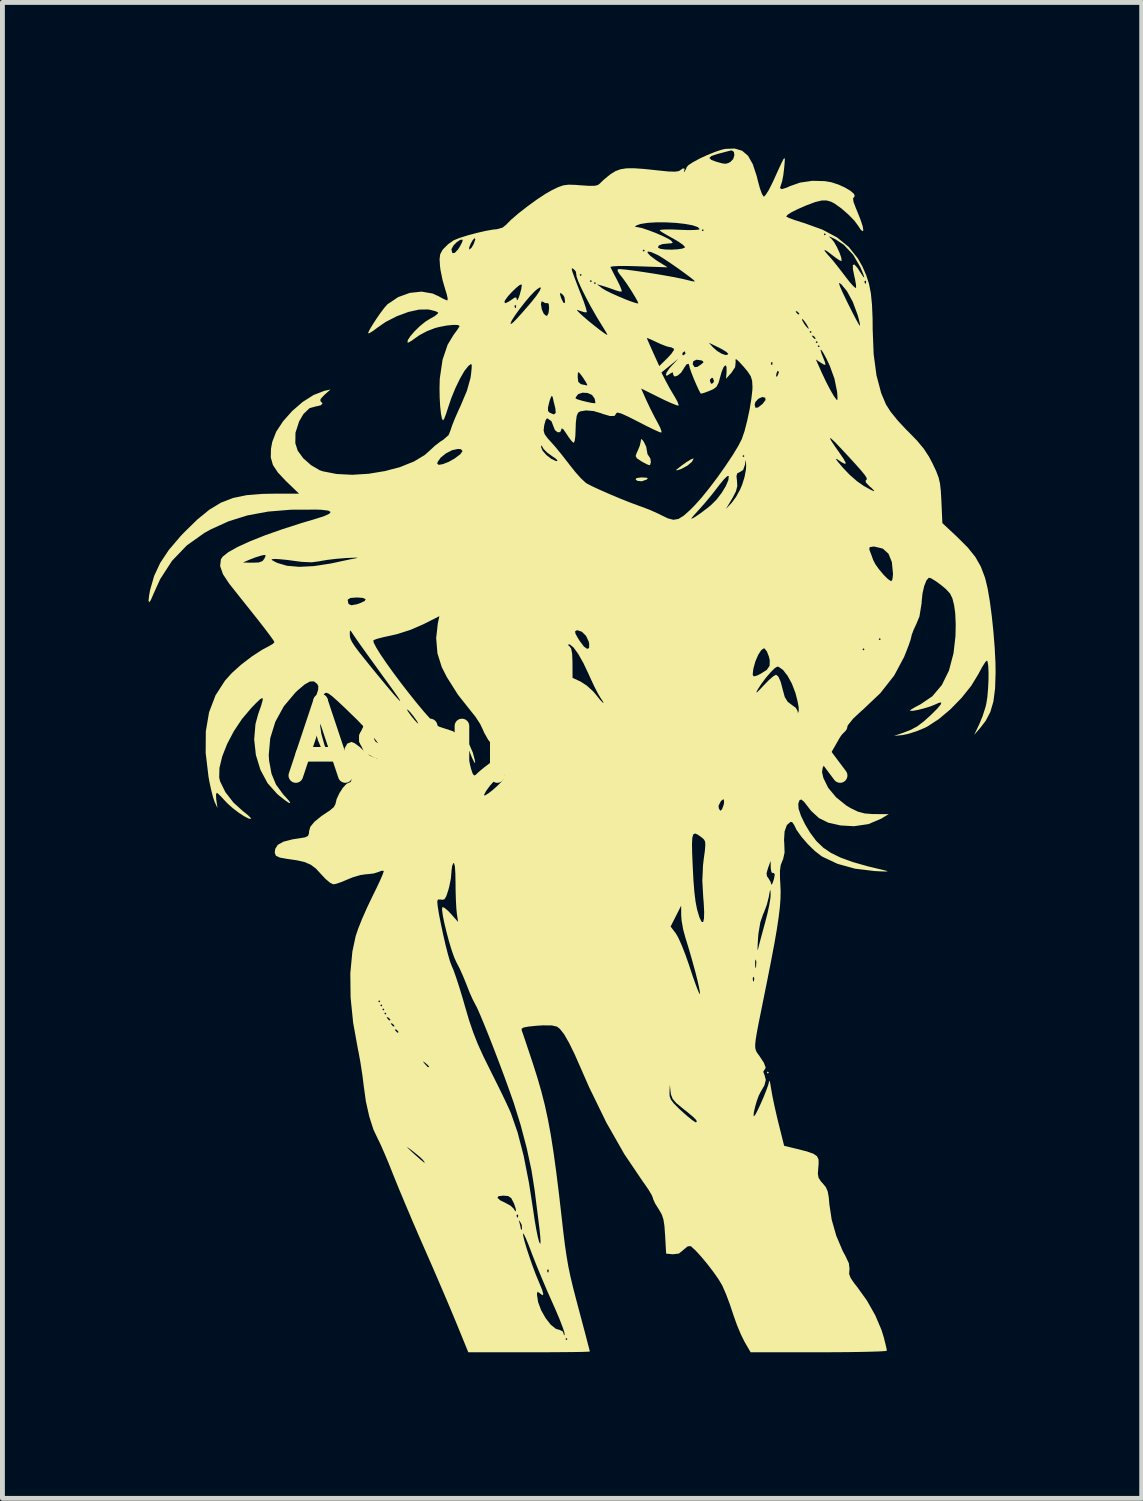
<source format=kicad_pcb>
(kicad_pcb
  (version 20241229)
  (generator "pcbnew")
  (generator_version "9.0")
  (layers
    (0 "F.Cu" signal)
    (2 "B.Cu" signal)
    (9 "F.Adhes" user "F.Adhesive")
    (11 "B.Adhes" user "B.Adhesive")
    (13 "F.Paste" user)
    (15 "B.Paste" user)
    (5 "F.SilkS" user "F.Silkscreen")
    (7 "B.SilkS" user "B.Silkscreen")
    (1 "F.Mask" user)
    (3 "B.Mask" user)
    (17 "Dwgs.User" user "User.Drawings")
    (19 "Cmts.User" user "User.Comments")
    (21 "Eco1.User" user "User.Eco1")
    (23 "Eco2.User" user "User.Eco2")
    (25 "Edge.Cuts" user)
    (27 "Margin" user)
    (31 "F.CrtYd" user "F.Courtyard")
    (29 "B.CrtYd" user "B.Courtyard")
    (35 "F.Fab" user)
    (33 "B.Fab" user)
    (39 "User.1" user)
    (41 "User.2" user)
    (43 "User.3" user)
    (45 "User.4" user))
  (footprint "AsukaDark"
    (layer "F.Cu")
    (at 8.685 12.184)
    (property "Reference" "AsukaDark" (at 0 0 0) (layer "F.SilkS") (effects (font (size 1.524 1.524) (thickness 0.3))))
    (attr board_only exclude_from_pos_files exclude_from_bom)
    (fp_poly (pts (xy 4.052 6.789) (xy 4.031 6.81) (xy 4.011 6.789) (xy 4.031 6.768)) (stroke (width 0) (type solid)) (fill yes) (layer "F.SilkS"))
    (fp_poly (pts (xy 1.546 -5.425) (xy 1.566 -5.407) (xy 1.546 -5.389) (xy 1.445 -5.352) (xy 1.354 -5.36) (xy 1.316 -5.389) (xy 1.334 -5.417) (xy 1.421 -5.43) (xy 1.449 -5.43)) (stroke (width 0) (type solid)) (fill yes) (layer "F.SilkS"))
    (fp_poly (pts (xy 2.507 -5.816) (xy 2.471 -5.75) (xy 2.381 -5.674) (xy 2.26 -5.608) (xy 2.235 -5.598) (xy 2.162 -5.576) (xy 2.147 -5.583) (xy 2.151 -5.587) (xy 2.255 -5.67) (xy 2.36 -5.745) (xy 2.449 -5.799) (xy 2.501 -5.82)) (stroke (width 0) (type solid)) (fill yes) (layer "F.SilkS"))
    (fp_poly (pts (xy 1.454 -6.203) (xy 1.484 -6.164) (xy 1.534 -6.06) (xy 1.546 -5.989) (xy 1.562 -5.904) (xy 1.587 -5.87) (xy 1.619 -5.819) (xy 1.629 -5.745) (xy 1.614 -5.69) (xy 1.598 -5.682) (xy 1.545 -5.702) (xy 1.453 -5.751) (xy 1.43 -5.765) (xy 1.343 -5.823) (xy 1.317 -5.871) (xy 1.34 -5.939) (xy 1.357 -5.972) (xy 1.402 -6.081) (xy 1.422 -6.17) (xy 1.422 -6.17) (xy 1.428 -6.22)) (stroke (width 0) (type solid)) (fill yes) (layer "F.SilkS"))
    (fp_poly (pts (xy 3.503 -12.139) (xy 3.625 -12.035) (xy 3.722 -11.863) (xy 3.803 -11.618) (xy 3.827 -11.52) (xy 3.868 -11.369) (xy 3.909 -11.255) (xy 3.943 -11.199) (xy 3.95 -11.196) (xy 3.987 -11.232) (xy 4.047 -11.326) (xy 4.117 -11.463) (xy 4.144 -11.52) (xy 4.242 -11.736) (xy 4.309 -11.882) (xy 4.351 -11.965) (xy 4.373 -11.99) (xy 4.38 -11.963) (xy 4.376 -11.891) (xy 4.367 -11.789) (xy 4.349 -11.638) (xy 4.325 -11.512) (xy 4.305 -11.45) (xy 4.28 -11.373) (xy 4.318 -11.35) (xy 4.419 -11.381) (xy 4.483 -11.411) (xy 4.694 -11.485) (xy 4.944 -11.521) (xy 5.198 -11.515) (xy 5.334 -11.492) (xy 5.479 -11.445) (xy 5.615 -11.383) (xy 5.728 -11.316) (xy 5.8 -11.253) (xy 5.816 -11.206) (xy 5.806 -11.195) (xy 5.781 -11.159) (xy 5.79 -11.089) (xy 5.836 -10.967) (xy 5.848 -10.939) (xy 5.93 -10.735) (xy 5.979 -10.588) (xy 5.992 -10.504) (xy 5.978 -10.486) (xy 5.938 -10.519) (xy 5.888 -10.595) (xy 5.807 -10.705) (xy 5.681 -10.833) (xy 5.536 -10.959) (xy 5.397 -11.057) (xy 5.33 -11.092) (xy 5.239 -11.118) (xy 5.136 -11.117) (xy 5.004 -11.085) (xy 4.827 -11.019) (xy 4.65 -10.942) (xy 4.521 -10.878) (xy 4.435 -10.823) (xy 4.409 -10.788) (xy 4.411 -10.785) (xy 4.467 -10.758) (xy 4.581 -10.716) (xy 4.733 -10.667) (xy 4.783 -10.652) (xy 5.154 -10.518) (xy 5.454 -10.358) (xy 5.692 -10.164) (xy 5.879 -9.929) (xy 5.974 -9.76) (xy 6.051 -9.584) (xy 6.108 -9.407) (xy 6.147 -9.211) (xy 6.17 -8.979) (xy 6.182 -8.694) (xy 6.184 -8.464) (xy 6.204 -7.961) (xy 6.262 -7.528) (xy 6.359 -7.161) (xy 6.457 -6.929) (xy 6.551 -6.782) (xy 6.696 -6.602) (xy 6.874 -6.411) (xy 6.914 -6.372) (xy 7.098 -6.183) (xy 7.235 -6.018) (xy 7.343 -5.852) (xy 7.416 -5.712) (xy 7.489 -5.557) (xy 7.537 -5.431) (xy 7.566 -5.307) (xy 7.583 -5.155) (xy 7.595 -4.949) (xy 7.595 -4.94) (xy 7.615 -4.493) (xy 7.924 -4.204) (xy 8.137 -3.991) (xy 8.292 -3.798) (xy 8.404 -3.601) (xy 8.488 -3.379) (xy 8.499 -3.342) (xy 8.545 -3.148) (xy 8.589 -2.89) (xy 8.629 -2.589) (xy 8.663 -2.265) (xy 8.689 -1.939) (xy 8.705 -1.631) (xy 8.708 -1.42) (xy 8.697 -1.093) (xy 8.663 -0.83) (xy 8.6 -0.616) (xy 8.504 -0.432) (xy 8.396 -0.292) (xy 8.269 -0.146) (xy 8.369 -0.355) (xy 8.44 -0.526) (xy 8.5 -0.714) (xy 8.517 -0.785) (xy 8.539 -0.922) (xy 8.553 -1.088) (xy 8.562 -1.263) (xy 8.563 -1.429) (xy 8.557 -1.564) (xy 8.543 -1.651) (xy 8.529 -1.671) (xy 8.494 -1.636) (xy 8.436 -1.545) (xy 8.365 -1.414) (xy 8.352 -1.389) (xy 8.207 -1.151) (xy 8.01 -0.905) (xy 7.781 -0.67) (xy 7.541 -0.468) (xy 7.309 -0.317) (xy 7.254 -0.289) (xy 7.087 -0.22) (xy 6.921 -0.167) (xy 6.799 -0.141) (xy 6.622 -0.124) (xy 6.789 -0.18) (xy 6.957 -0.244) (xy 7.095 -0.317) (xy 7.231 -0.419) (xy 7.383 -0.556) (xy 7.515 -0.688) (xy 7.585 -0.774) (xy 7.592 -0.812) (xy 7.535 -0.8) (xy 7.482 -0.775) (xy 7.383 -0.734) (xy 7.254 -0.693) (xy 7.122 -0.659) (xy 7.013 -0.639) (xy 6.952 -0.638) (xy 6.949 -0.641) (xy 6.974 -0.666) (xy 7.057 -0.715) (xy 7.166 -0.772) (xy 7.409 -0.937) (xy 7.604 -1.168) (xy 7.75 -1.464) (xy 7.844 -1.821) (xy 7.884 -2.173) (xy 7.889 -2.416) (xy 7.879 -2.643) (xy 7.856 -2.808) (xy 7.821 -2.948) (xy 7.772 -3.047) (xy 7.689 -3.137) (xy 7.594 -3.217) (xy 7.478 -3.302) (xy 7.386 -3.358) (xy 7.338 -3.372) (xy 7.288 -3.317) (xy 7.242 -3.201) (xy 7.207 -3.047) (xy 7.189 -2.877) (xy 7.189 -2.85) (xy 7.144 -2.575) (xy 7.081 -2.423) (xy 7.023 -2.298) (xy 6.985 -2.196) (xy 6.977 -2.157) (xy 6.961 -2.094) (xy 6.92 -1.975) (xy 6.86 -1.821) (xy 6.829 -1.744) (xy 6.626 -1.364) (xy 6.341 -1.001) (xy 5.977 -0.656) (xy 5.953 -0.636) (xy 5.783 -0.478) (xy 5.637 -0.295) (xy 5.504 -0.08) (xy 5.405 0.093) (xy 5.311 0.257) (xy 5.236 0.385) (xy 5.214 0.423) (xy 5.157 0.531) (xy 5.144 0.62) (xy 5.171 0.736) (xy 5.171 0.738) (xy 5.27 0.942) (xy 5.434 1.138) (xy 5.645 1.308) (xy 5.729 1.358) (xy 5.881 1.432) (xy 6.021 1.469) (xy 6.192 1.482) (xy 6.233 1.482) (xy 6.513 1.483) (xy 6.359 1.576) (xy 6.101 1.686) (xy 5.803 1.731) (xy 5.523 1.715) (xy 5.273 1.659) (xy 5.081 1.564) (xy 4.923 1.419) (xy 4.867 1.348) (xy 4.777 1.231) (xy 4.719 1.182) (xy 4.682 1.196) (xy 4.656 1.269) (xy 4.662 1.37) (xy 4.711 1.516) (xy 4.792 1.685) (xy 4.895 1.858) (xy 5.01 2.013) (xy 5.039 2.047) (xy 5.17 2.172) (xy 5.329 2.28) (xy 5.526 2.376) (xy 5.773 2.466) (xy 6.083 2.554) (xy 6.392 2.628) (xy 6.471 2.648) (xy 6.491 2.658) (xy 6.444 2.661) (xy 6.325 2.657) (xy 6.219 2.651) (xy 5.823 2.603) (xy 5.464 2.504) (xy 5.158 2.36) (xy 5.131 2.344) (xy 4.998 2.241) (xy 4.855 2.102) (xy 4.723 1.95) (xy 4.621 1.807) (xy 4.574 1.71) (xy 4.533 1.649) (xy 4.498 1.641) (xy 4.422 1.707) (xy 4.375 1.838) (xy 4.364 2.016) (xy 4.369 2.089) (xy 4.375 2.272) (xy 4.345 2.407) (xy 4.329 2.443) (xy 4.295 2.531) (xy 4.28 2.644) (xy 4.281 2.806) (xy 4.288 2.923) (xy 4.294 3.065) (xy 4.291 3.22) (xy 4.278 3.395) (xy 4.253 3.602) (xy 4.216 3.848) (xy 4.165 4.144) (xy 4.098 4.497) (xy 4.015 4.918) (xy 3.962 5.18) (xy 3.896 5.509) (xy 3.844 5.765) (xy 3.807 5.961) (xy 3.783 6.105) (xy 3.772 6.208) (xy 3.773 6.281) (xy 3.785 6.334) (xy 3.806 6.376) (xy 3.837 6.419) (xy 3.853 6.44) (xy 3.951 6.59) (xy 3.987 6.689) (xy 3.961 6.736) (xy 3.96 6.736) (xy 3.937 6.773) (xy 3.963 6.84) (xy 3.99 6.94) (xy 3.961 7.053) (xy 3.884 7.186) (xy 3.844 7.264) (xy 3.803 7.377) (xy 3.768 7.5) (xy 3.744 7.607) (xy 3.739 7.675) (xy 3.747 7.687) (xy 3.776 7.651) (xy 3.825 7.558) (xy 3.885 7.429) (xy 3.948 7.284) (xy 4.003 7.145) (xy 4.043 7.031) (xy 4.057 6.969) (xy 4.065 6.955) (xy 4.08 7.011) (xy 4.099 7.123) (xy 4.125 7.271) (xy 4.166 7.469) (xy 4.216 7.689) (xy 4.251 7.833) (xy 4.366 8.293) (xy 4.637 8.359) (xy 4.836 8.41) (xy 4.967 8.456) (xy 5.041 8.507) (xy 5.073 8.576) (xy 5.074 8.673) (xy 5.068 8.733) (xy 5.058 8.866) (xy 5.074 8.953) (xy 5.125 9.029) (xy 5.159 9.065) (xy 5.222 9.142) (xy 5.26 9.228) (xy 5.282 9.349) (xy 5.294 9.491) (xy 5.342 9.808) (xy 5.437 10.142) (xy 5.569 10.453) (xy 5.623 10.552) (xy 5.695 10.705) (xy 5.709 10.827) (xy 5.705 10.851) (xy 5.701 10.926) (xy 5.731 11.007) (xy 5.804 11.114) (xy 5.869 11.196) (xy 6.065 11.469) (xy 6.237 11.773) (xy 6.366 12.076) (xy 6.411 12.222) (xy 6.445 12.357) (xy 6.469 12.459) (xy 6.475 12.5) (xy 6.435 12.508) (xy 6.321 12.515) (xy 6.143 12.521) (xy 5.91 12.526) (xy 5.632 12.53) (xy 5.319 12.532) (xy 5.077 12.533) (xy 3.678 12.533) (xy 3.551 12.314) (xy 3.478 12.166) (xy 3.398 11.975) (xy 3.327 11.776) (xy 3.315 11.739) (xy 3.249 11.542) (xy 3.174 11.342) (xy 3.103 11.179) (xy 3.091 11.154) (xy 3.018 11.032) (xy 2.912 10.881) (xy 2.788 10.719) (xy 2.66 10.566) (xy 2.545 10.44) (xy 2.457 10.361) (xy 2.444 10.352) (xy 2.384 10.359) (xy 2.305 10.423) (xy 2.302 10.427) (xy 2.204 10.506) (xy 2.084 10.52) (xy 2.076 10.52) (xy 1.943 10.507) (xy 1.922 10.131) (xy 1.908 9.938) (xy 1.887 9.803) (xy 1.853 9.702) (xy 1.799 9.608) (xy 1.786 9.588) (xy 1.718 9.479) (xy 1.677 9.39) (xy 1.671 9.364) (xy 1.647 9.305) (xy 1.585 9.2) (xy 1.495 9.068) (xy 1.466 9.029) (xy 1.084 8.463) (xy 0.716 7.817) (xy 0.411 7.191) (xy 2.012 7.191) (xy 2.015 7.274) (xy 2.041 7.345) (xy 2.101 7.424) (xy 2.209 7.532) (xy 2.258 7.578) (xy 2.38 7.686) (xy 2.482 7.768) (xy 2.546 7.81) (xy 2.556 7.812) (xy 2.575 7.79) (xy 2.551 7.753) (xy 2.494 7.697) (xy 2.392 7.611) (xy 2.277 7.52) (xy 2.15 7.415) (xy 2.078 7.331) (xy 2.044 7.246) (xy 2.035 7.193) (xy 2.019 7.039) (xy 2.012 7.191) (xy 0.411 7.191) (xy 0.363 7.093) (xy 0.206 6.735) (xy 0.067 6.419) (xy -0.051 6.178) (xy -0.151 6.004) (xy -0.238 5.893) (xy -0.298 5.846) (xy -0.406 5.821) (xy -0.589 5.82) (xy -0.718 5.828) (xy -0.883 5.845) (xy -0.98 5.863) (xy -1.022 5.886) (xy -1.024 5.919) (xy -1.022 5.926) (xy -0.999 5.989) (xy -0.956 6.115) (xy -0.898 6.289) (xy -0.829 6.495) (xy -0.794 6.601) (xy -0.701 6.894) (xy -0.62 7.175) (xy -0.548 7.457) (xy -0.484 7.752) (xy -0.425 8.072) (xy -0.369 8.429) (xy -0.313 8.836) (xy -0.255 9.304) (xy -0.208 9.713) (xy -0.17 10.05) (xy -0.136 10.324) (xy -0.102 10.556) (xy -0.066 10.767) (xy -0.022 10.977) (xy 0.033 11.208) (xy 0.103 11.478) (xy 0.171 11.734) (xy 0.235 11.974) (xy 0.291 12.185) (xy 0.335 12.355) (xy 0.365 12.469) (xy 0.376 12.517) (xy 0.376 12.517) (xy 0.336 12.521) (xy 0.223 12.525) (xy 0.046 12.528) (xy -0.183 12.53) (xy -0.455 12.532) (xy -0.759 12.533) (xy -0.871 12.533) (xy -2.119 12.533) (xy -2.23 12.261) (xy -0.125 12.261) (xy -0.104 12.282) (xy -0.084 12.261) (xy -0.104 12.24) (xy -0.125 12.261) (xy -2.23 12.261) (xy -2.362 11.938) (xy -2.453 11.719) (xy -2.568 11.446) (xy -2.7 11.138) (xy -2.838 10.817) (xy -2.975 10.505) (xy -3.02 10.402) (xy -3.153 10.099) (xy -3.157 10.088) (xy -0.994 10.088) (xy -0.993 10.136) (xy -0.967 10.245) (xy -0.922 10.398) (xy -0.864 10.576) (xy -0.799 10.762) (xy -0.732 10.94) (xy -0.67 11.089) (xy -0.603 11.251) (xy -0.579 11.341) (xy -0.6 11.361) (xy -0.66 11.313) (xy -0.699 11.29) (xy -0.71 11.341) (xy -0.71 11.344) (xy -0.686 11.502) (xy -0.623 11.671) (xy -0.532 11.831) (xy -0.428 11.965) (xy -0.321 12.051) (xy -0.246 12.073) (xy -0.178 12.106) (xy -0.164 12.146) (xy -0.153 12.185) (xy -0.14 12.169) (xy -0.149 12.115) (xy -0.189 11.999) (xy -0.252 11.837) (xy -0.335 11.642) (xy -0.389 11.521) (xy -0.5 11.271) (xy -0.613 11.004) (xy -0.672 10.862) (xy -0.501 10.862) (xy -0.486 10.896) (xy -0.473 10.89) (xy -0.468 10.84) (xy -0.473 10.834) (xy -0.498 10.84) (xy -0.501 10.862) (xy -0.672 10.862) (xy -0.718 10.75) (xy -0.802 10.537) (xy -0.817 10.497) (xy -0.882 10.326) (xy -0.938 10.191) (xy -0.978 10.108) (xy -0.994 10.088) (xy -3.157 10.088) (xy -3.273 9.82) (xy -1.08 9.82) (xy -1.079 9.84) (xy -1.068 9.873) (xy -1.046 9.963) (xy -1.041 9.998) (xy -1.031 10.023) (xy -1.017 9.997) (xy -1.021 9.923) (xy -1.045 9.871) (xy -1.08 9.82) (xy -3.273 9.82) (xy -3.29 9.78) (xy -3.309 9.734) (xy -1.128 9.734) (xy -1.113 9.768) (xy -1.1 9.762) (xy -1.095 9.712) (xy -1.1 9.706) (xy -1.125 9.712) (xy -1.128 9.734) (xy -3.309 9.734) (xy -3.422 9.468) (xy -3.466 9.361) (xy -1.521 9.361) (xy -1.465 9.412) (xy -1.351 9.468) (xy -1.25 9.524) (xy -1.188 9.583) (xy -1.184 9.591) (xy -1.154 9.636) (xy -1.141 9.636) (xy -1.144 9.59) (xy -1.174 9.497) (xy -1.186 9.467) (xy -1.238 9.367) (xy -1.3 9.325) (xy -1.4 9.316) (xy -1.499 9.328) (xy -1.521 9.361) (xy -3.466 9.361) (xy -3.541 9.183) (xy -3.637 8.946) (xy -3.665 8.877) (xy -3.751 8.661) (xy -3.834 8.463) (xy -3.897 8.319) (xy -3.38 8.319) (xy -3.346 8.354) (xy -3.252 8.442) (xy -3.238 8.455) (xy -3.105 8.573) (xy -3.029 8.635) (xy -3.01 8.639) (xy -3.049 8.586) (xy -3.051 8.583) (xy -3.115 8.521) (xy -3.218 8.436) (xy -3.275 8.391) (xy -3.356 8.332) (xy -3.38 8.319) (xy -3.897 8.319) (xy -3.905 8.3) (xy -3.956 8.191) (xy -3.969 8.167) (xy -4.067 7.96) (xy -4.153 7.691) (xy -4.222 7.383) (xy -4.264 7.081) (xy -4.293 6.848) (xy -4.332 6.596) (xy -4.338 6.559) (xy -3.047 6.559) (xy -3.037 6.581) (xy -3.013 6.611) (xy -2.952 6.676) (xy -2.925 6.676) (xy -2.924 6.668) (xy -2.953 6.634) (xy -2.997 6.595) (xy -3.047 6.559) (xy -4.338 6.559) (xy -4.373 6.368) (xy -4.386 6.308) (xy -4.459 5.902) (xy -3.628 5.902) (xy -3.618 5.926) (xy -3.576 5.971) (xy -3.551 5.961) (xy -3.551 5.956) (xy -3.581 5.92) (xy -3.599 5.907) (xy -3.628 5.902) (xy -4.459 5.902) (xy -4.482 5.777) (xy -3.711 5.777) (xy -3.701 5.8) (xy -3.659 5.845) (xy -3.635 5.836) (xy -3.635 5.83) (xy -3.664 5.795) (xy -3.683 5.782) (xy -3.711 5.777) (xy -4.482 5.777) (xy -4.484 5.766) (xy -4.495 5.652) (xy -3.795 5.652) (xy -3.785 5.675) (xy -3.743 5.72) (xy -3.718 5.711) (xy -3.718 5.705) (xy -3.748 5.67) (xy -3.766 5.657) (xy -3.795 5.652) (xy -4.495 5.652) (xy -4.503 5.577) (xy -3.843 5.577) (xy -3.823 5.598) (xy -3.802 5.577) (xy -3.823 5.556) (xy -3.843 5.577) (xy -4.503 5.577) (xy -4.511 5.494) (xy -3.885 5.494) (xy -3.864 5.514) (xy -3.843 5.494) (xy -3.864 5.473) (xy -3.885 5.494) (xy -4.511 5.494) (xy -4.52 5.41) (xy -3.927 5.41) (xy -3.906 5.431) (xy -3.885 5.41) (xy -3.906 5.389) (xy -3.927 5.41) (xy -4.52 5.41) (xy -4.528 5.326) (xy -3.969 5.326) (xy -3.948 5.347) (xy -3.927 5.326) (xy -3.948 5.306) (xy -3.969 5.326) (xy -4.528 5.326) (xy -4.536 5.242) (xy -4.542 4.752) (xy -4.5 4.307) (xy -4.432 3.987) (xy -4.38 3.834) (xy -4.3 3.633) (xy -4.201 3.409) (xy -4.138 3.276) (xy -2.757 3.276) (xy -2.747 3.38) (xy -2.721 3.54) (xy -2.682 3.738) (xy -2.636 3.954) (xy -2.587 4.167) (xy -2.538 4.358) (xy -2.495 4.507) (xy -2.462 4.594) (xy -2.462 4.595) (xy -2.423 4.685) (xy -2.369 4.838) (xy -2.304 5.037) (xy -2.235 5.264) (xy -2.193 5.41) (xy -2.106 5.707) (xy -2.02 5.96) (xy -1.926 6.2) (xy -1.811 6.454) (xy -1.666 6.747) (xy -1.55 6.98) (xy -1.44 7.202) (xy -1.346 7.398) (xy -1.276 7.55) (xy -1.244 7.624) (xy -1.106 8.022) (xy -0.982 8.501) (xy -0.873 9.057) (xy -0.794 9.567) (xy -0.759 9.804) (xy -0.724 10.009) (xy -0.691 10.169) (xy -0.663 10.272) (xy -0.642 10.306) (xy -0.64 10.305) (xy -0.636 10.257) (xy -0.642 10.146) (xy -0.658 9.992) (xy -0.668 9.915) (xy -0.696 9.691) (xy -0.727 9.446) (xy -0.754 9.23) (xy -0.756 9.212) (xy -0.821 8.799) (xy -0.919 8.342) (xy -1.044 7.868) (xy -1.188 7.405) (xy -1.194 7.389) (xy -1.28 7.145) (xy -1.377 6.877) (xy -1.482 6.596) (xy -1.589 6.316) (xy -1.693 6.05) (xy -1.789 5.811) (xy -1.872 5.612) (xy -1.937 5.464) (xy -1.979 5.383) (xy -1.98 5.381) (xy -2.026 5.294) (xy -2.087 5.158) (xy -2.15 5) (xy -2.152 4.992) (xy -2.223 4.818) (xy -2.299 4.648) (xy -2.362 4.527) (xy -2.408 4.427) (xy -2.46 4.279) (xy -2.514 4.101) (xy -2.565 3.911) (xy -2.594 3.791) (xy 2.035 3.791) (xy 2.142 3.932) (xy 2.195 4.024) (xy 2.263 4.177) (xy 2.339 4.37) (xy 2.414 4.584) (xy 2.428 4.627) (xy 2.494 4.827) (xy 2.554 4.994) (xy 2.601 5.116) (xy 2.63 5.176) (xy 2.635 5.18) (xy 2.637 5.143) (xy 2.619 5.041) (xy 2.585 4.891) (xy 2.578 4.863) (xy 3.721 4.863) (xy 3.729 4.918) (xy 3.743 4.918) (xy 3.753 4.862) (xy 3.747 4.838) (xy 3.728 4.822) (xy 3.721 4.863) (xy 2.578 4.863) (xy 2.545 4.731) (xy 2.496 4.554) (xy 3.77 4.554) (xy 3.774 4.63) (xy 3.785 4.639) (xy 3.789 4.627) (xy 3.795 4.521) (xy 3.789 4.481) (xy 3.777 4.468) (xy 3.77 4.525) (xy 3.77 4.554) (xy 2.496 4.554) (xy 2.486 4.516) (xy 2.424 4.3) (xy 2.411 4.256) (xy 3.82 4.256) (xy 3.825 4.275) (xy 3.829 4.261) (xy 3.849 4.178) (xy 3.886 4.037) (xy 3.934 3.86) (xy 3.972 3.721) (xy 4.023 3.525) (xy 4.062 3.343) (xy 4.085 3.2) (xy 4.089 3.136) (xy 4.085 3.052) (xy 4.079 3.039) (xy 4.065 3.101) (xy 4.052 3.178) (xy 4.011 3.341) (xy 3.951 3.502) (xy 3.936 3.533) (xy 3.877 3.704) (xy 3.838 3.938) (xy 3.83 4.031) (xy 3.822 4.171) (xy 3.82 4.256) (xy 2.411 4.256) (xy 2.368 4.114) (xy 2.341 4.028) (xy 2.293 3.853) (xy 2.261 3.672) (xy 2.253 3.569) (xy 2.251 3.363) (xy 2.143 3.577) (xy 2.035 3.791) (xy -2.594 3.791) (xy -2.61 3.726) (xy -2.642 3.567) (xy -2.658 3.449) (xy -2.653 3.392) (xy -2.653 3.392) (xy -2.612 3.404) (xy -2.537 3.466) (xy -2.476 3.53) (xy -2.328 3.697) (xy -2.354 3.53) (xy -2.365 3.417) (xy -2.374 3.248) (xy -2.38 3.047) (xy -2.381 2.911) (xy -2.385 2.696) (xy -2.395 2.554) (xy -2.413 2.488) (xy -2.423 2.486) (xy -2.45 2.541) (xy -2.464 2.644) (xy -2.465 2.669) (xy -2.477 2.803) (xy -2.509 2.966) (xy -2.53 3.044) (xy -2.572 3.17) (xy -2.609 3.231) (xy -2.654 3.242) (xy -2.676 3.237) (xy -2.742 3.236) (xy -2.757 3.276) (xy -4.138 3.276) (xy -4.096 3.189) (xy -4.092 3.18) (xy -4 2.993) (xy -3.925 2.833) (xy -3.875 2.715) (xy -3.855 2.652) (xy -3.856 2.647) (xy -3.905 2.647) (xy -3.962 2.67) (xy -4.061 2.701) (xy -4.189 2.716) (xy -4.206 2.716) (xy -4.335 2.734) (xy -4.494 2.781) (xy -4.589 2.82) (xy -4.724 2.877) (xy -4.837 2.915) (xy -4.889 2.924) (xy -4.955 2.894) (xy -5.049 2.815) (xy -5.143 2.715) (xy -5.248 2.601) (xy -5.351 2.523) (xy -5.474 2.469) (xy -5.638 2.431) (xy -5.838 2.402) (xy -5.989 2.375) (xy -6.069 2.337) (xy -6.094 2.275) (xy -6.083 2.195) (xy -6.031 2.113) (xy -5.987 2.089) (xy 2.474 2.089) (xy 2.477 2.28) (xy 2.487 2.517) (xy 2.503 2.835) (xy 2.523 3.084) (xy 2.547 3.28) (xy 2.578 3.439) (xy 2.618 3.575) (xy 2.634 3.619) (xy 2.674 3.697) (xy 2.703 3.698) (xy 2.72 3.628) (xy 2.724 3.492) (xy 2.714 3.295) (xy 2.705 3.196) (xy 2.686 2.852) (xy 2.693 2.696) (xy 4.005 2.696) (xy 4.014 2.76) (xy 4.038 2.791) (xy 4.089 2.875) (xy 4.098 2.917) (xy 4.11 2.932) (xy 4.132 2.891) (xy 4.156 2.818) (xy 4.172 2.736) (xy 4.173 2.723) (xy 4.154 2.689) (xy 4.136 2.695) (xy 4.106 2.677) (xy 4.091 2.595) (xy 4.091 2.582) (xy 4.088 2.444) (xy 4.035 2.59) (xy 4.005 2.696) (xy 2.693 2.696) (xy 2.7 2.536) (xy 2.715 2.406) (xy 2.739 2.229) (xy 2.748 2.115) (xy 2.743 2.046) (xy 2.719 2.002) (xy 2.676 1.964) (xy 2.668 1.957) (xy 2.591 1.903) (xy 2.537 1.88) (xy 2.501 1.897) (xy 2.481 1.964) (xy 2.474 2.089) (xy -5.987 2.089) (xy -5.916 2.049) (xy -5.731 2.001) (xy -5.595 1.98) (xy -5.472 1.96) (xy -5.411 1.931) (xy -5.391 1.88) (xy -5.389 1.836) (xy -5.363 1.743) (xy -5.279 1.64) (xy -5.131 1.52) (xy -4.961 1.407) (xy -4.881 1.339) (xy -4.866 1.311) (xy 3.019 1.311) (xy 3.025 1.364) (xy 3.054 1.414) (xy 3.087 1.387) (xy 3.093 1.377) (xy 3.127 1.283) (xy 3.133 1.234) (xy 3.127 1.178) (xy 3.096 1.19) (xy 3.065 1.22) (xy 3.019 1.311) (xy -4.866 1.311) (xy -4.846 1.274) (xy -4.846 1.272) (xy -4.823 1.174) (xy -4.787 1.097) (xy -1.796 1.097) (xy -1.77 1.096) (xy -1.702 1.053) (xy -1.613 0.983) (xy -1.521 0.901) (xy -1.445 0.825) (xy -1.404 0.769) (xy -1.403 0.767) (xy -1.38 0.678) (xy -1.405 0.656) (xy -1.481 0.701) (xy -1.49 0.708) (xy -1.581 0.793) (xy -1.675 0.9) (xy -1.752 1.005) (xy -1.794 1.083) (xy -1.796 1.097) (xy -4.787 1.097) (xy -4.767 1.054) (xy -4.694 0.941) (xy -4.622 0.863) (xy -4.592 0.847) (xy -4.533 0.822) (xy -4.517 0.776) (xy -4.544 0.691) (xy -4.595 0.585) (xy -4.655 0.422) (xy -4.675 0.264) (xy -4.657 0.129) (xy -4.604 0.035) (xy -4.519 0) (xy -4.45 0.028) (xy -4.352 0.101) (xy -4.282 0.167) (xy -4.138 0.284) (xy -4.006 0.335) (xy -3.895 0.317) (xy -3.849 0.279) (xy -3.85 0.216) (xy -3.911 0.105) (xy -4.027 -0.048) (xy -4.195 -0.239) (xy -4.41 -0.462) (xy -4.622 -0.668) (xy -3.373 -0.668) (xy -3.367 -0.639) (xy -3.304 -0.549) (xy -3.223 -0.449) (xy -3.163 -0.384) (xy -3.148 -0.38) (xy -3.173 -0.428) (xy -3.238 -0.519) (xy -3.24 -0.522) (xy -3.312 -0.611) (xy -3.363 -0.663) (xy -3.373 -0.668) (xy -4.622 -0.668) (xy -4.638 -0.684) (xy -4.799 -0.835) (xy -4.911 -0.935) (xy -4.986 -0.991) (xy -5.034 -1.01) (xy -5.065 -0.999) (xy -5.081 -0.981) (xy -5.145 -0.837) (xy -5.175 -0.638) (xy -5.172 -0.407) (xy -5.137 -0.165) (xy -5.072 0.066) (xy -5.036 0.154) (xy -4.981 0.279) (xy -4.961 0.339) (xy -4.974 0.345) (xy -5.008 0.318) (xy -5.119 0.171) (xy -5.207 -0.033) (xy -5.268 -0.271) (xy -5.296 -0.52) (xy -5.288 -0.755) (xy -5.245 -0.941) (xy -5.203 -1.068) (xy -5.199 -1.146) (xy -5.223 -1.192) (xy -5.29 -1.243) (xy -5.372 -1.24) (xy -5.479 -1.18) (xy -5.623 -1.058) (xy -5.67 -1.013) (xy -5.907 -0.732) (xy -6.081 -0.415) (xy -6.186 -0.077) (xy -6.217 0.268) (xy -6.21 0.381) (xy -6.16 0.653) (xy -6.068 0.876) (xy -5.919 1.079) (xy -5.878 1.123) (xy -5.796 1.215) (xy -5.774 1.257) (xy -5.806 1.25) (xy -5.886 1.196) (xy -6.009 1.098) (xy -6.045 1.067) (xy -6.241 0.847) (xy -6.387 0.574) (xy -6.481 0.268) (xy -6.516 -0.052) (xy -6.489 -0.369) (xy -6.436 -0.564) (xy -6.371 -0.75) (xy -6.34 -0.862) (xy -6.346 -0.903) (xy -6.393 -0.878) (xy -6.486 -0.789) (xy -6.572 -0.7) (xy -6.767 -0.47) (xy -6.936 -0.216) (xy -7.073 0.046) (xy -7.173 0.301) (xy -7.229 0.535) (xy -7.234 0.732) (xy -7.216 0.81) (xy -7.108 1.03) (xy -6.942 1.245) (xy -6.752 1.417) (xy -6.652 1.497) (xy -6.589 1.557) (xy -6.578 1.579) (xy -6.627 1.575) (xy -6.72 1.527) (xy -6.836 1.451) (xy -6.958 1.358) (xy -7.066 1.261) (xy -7.113 1.212) (xy -7.199 1.118) (xy -7.264 1.057) (xy -7.285 1.044) (xy -7.299 1.081) (xy -7.296 1.171) (xy -7.292 1.201) (xy -7.269 1.358) (xy -7.328 1.232) (xy -7.361 1.134) (xy -7.4 0.981) (xy -7.439 0.799) (xy -7.453 0.72) (xy -7.512 0.225) (xy -7.509 -0.217) (xy -7.442 -0.609) (xy -7.31 -0.956) (xy -7.114 -1.26) (xy -6.973 -1.416) (xy -6.781 -1.588) (xy -6.566 -1.753) (xy -6.354 -1.891) (xy -6.21 -1.968) (xy -6.131 -2.014) (xy -6.099 -2.049) (xy -6.124 -2.091) (xy -6.192 -2.186) (xy -6.212 -2.213) (xy -4.552 -2.213) (xy -4.55 -2.163) (xy -4.537 -2.112) (xy -4.506 -2.049) (xy -4.452 -1.966) (xy -4.368 -1.853) (xy -4.246 -1.699) (xy -4.082 -1.496) (xy -3.977 -1.368) (xy -3.798 -1.151) (xy -3.661 -0.989) (xy -3.567 -0.884) (xy -3.52 -0.838) (xy -3.52 -0.852) (xy -3.57 -0.93) (xy -3.599 -0.971) (xy -3.657 -1.053) (xy -3.753 -1.186) (xy -3.876 -1.355) (xy -4.013 -1.545) (xy -4.076 -1.632) (xy -4.212 -1.82) (xy -4.332 -1.988) (xy -4.402 -2.087) (xy -4.068 -2.087) (xy -4.062 -2.039) (xy -4.01 -1.938) (xy -3.92 -1.793) (xy -3.8 -1.617) (xy -3.658 -1.419) (xy -3.502 -1.21) (xy -3.34 -1.001) (xy -3.181 -0.802) (xy -3.032 -0.623) (xy -2.901 -0.475) (xy -2.796 -0.369) (xy -2.726 -0.316) (xy -2.715 -0.312) (xy -2.439 -0.221) (xy -2.234 -0.098) (xy -2.095 0.062) (xy -2.027 0.218) (xy -1.988 0.364) (xy -1.977 0.432) (xy -1.994 0.423) (xy -2.037 0.339) (xy -2.093 0.202) (xy -2.152 0.068) (xy -2.208 -0.032) (xy -2.246 -0.073) (xy -2.292 -0.068) (xy -2.288 -0.018) (xy -2.237 0.055) (xy -2.231 0.061) (xy -2.186 0.136) (xy -2.138 0.263) (xy -2.105 0.382) (xy -2.063 0.552) (xy -2.03 0.65) (xy -2 0.689) (xy -1.967 0.677) (xy -1.949 0.658) (xy -1.891 0.604) (xy -1.789 0.52) (xy -1.681 0.438) (xy -1.569 0.351) (xy -1.49 0.283) (xy -1.462 0.25) (xy -1.49 0.209) (xy -1.559 0.132) (xy -1.607 0.085) (xy -1.712 -0.045) (xy -1.797 -0.197) (xy -1.814 -0.239) (xy -1.877 -0.371) (xy -1.976 -0.522) (xy -2.062 -0.629) (xy -2.331 -0.968) (xy -2.563 -1.336) (xy -2.664 -1.536) (xy -2.753 -1.819) (xy -2.767 -1.989) (xy -0.072 -1.989) (xy -0.042 -1.965) (xy -0.007 -1.915) (xy 0.013 -1.812) (xy 0.02 -1.641) (xy 0.02 -1.621) (xy 0.021 -1.316) (xy 0.188 -1.238) (xy 0.313 -1.157) (xy 0.442 -1.04) (xy 0.496 -0.977) (xy 0.582 -0.87) (xy 0.639 -0.809) (xy 0.66 -0.797) (xy 0.638 -0.841) (xy 0.593 -0.909) (xy 0.54 -0.999) (xy 0.529 -1.02) (xy 3.795 -1.02) (xy 3.805 -1.015) (xy 3.86 -1.068) (xy 3.945 -1.159) (xy 4.051 -1.268) (xy 4.142 -1.347) (xy 4.199 -1.379) (xy 4.201 -1.379) (xy 4.246 -1.342) (xy 4.29 -1.247) (xy 4.304 -1.201) (xy 4.34 -1.063) (xy 4.373 -0.942) (xy 4.38 -0.919) (xy 4.438 -0.825) (xy 4.523 -0.76) (xy 4.606 -0.7) (xy 4.642 -0.635) (xy 4.649 -0.589) (xy 4.662 -0.623) (xy 4.666 -0.639) (xy 4.664 -0.714) (xy 4.64 -0.842) (xy 4.6 -0.997) (xy 4.596 -1.011) (xy 4.525 -1.196) (xy 4.437 -1.357) (xy 4.343 -1.478) (xy 4.254 -1.541) (xy 4.226 -1.546) (xy 4.173 -1.514) (xy 4.091 -1.432) (xy 3.993 -1.319) (xy 3.898 -1.192) (xy 3.826 -1.08) (xy 3.795 -1.02) (xy 0.529 -1.02) (xy 0.467 -1.141) (xy 0.388 -1.31) (xy 0.357 -1.379) (xy 0.357 -1.38) (xy 3.72 -1.38) (xy 3.743 -1.344) (xy 3.813 -1.364) (xy 3.88 -1.397) (xy 4.009 -1.478) (xy 4.068 -1.563) (xy 4.07 -1.678) (xy 4.053 -1.751) (xy 4.013 -1.856) (xy 3.978 -1.901) (xy 5.974 -1.901) (xy 5.995 -1.88) (xy 6.016 -1.901) (xy 5.995 -1.922) (xy 5.974 -1.901) (xy 3.978 -1.901) (xy 3.966 -1.916) (xy 3.951 -1.922) (xy 3.896 -1.885) (xy 3.834 -1.789) (xy 3.777 -1.657) (xy 3.736 -1.511) (xy 3.731 -1.481) (xy 3.72 -1.38) (xy 0.357 -1.38) (xy 0.245 -1.617) (xy 0.138 -1.806) (xy 0.044 -1.936) (xy -0.033 -2) (xy -0.054 -2.005) (xy -0.072 -1.989) (xy -2.767 -1.989) (xy -2.779 -2.134) (xy -2.763 -2.272) (xy 0.074 -2.272) (xy 0.081 -2.224) (xy 0.131 -2.132) (xy 0.168 -2.073) (xy 0.255 -1.958) (xy 0.322 -1.91) (xy 0.361 -1.928) (xy 0.363 -2.012) (xy 0.354 -2.059) (xy 0.33 -2.11) (xy 6.308 -2.11) (xy 6.329 -2.089) (xy 6.35 -2.11) (xy 6.329 -2.131) (xy 6.308 -2.11) (xy 0.33 -2.11) (xy 0.299 -2.177) (xy 0.213 -2.262) (xy 0.121 -2.293) (xy 0.106 -2.291) (xy 0.074 -2.272) (xy -2.763 -2.272) (xy -2.746 -2.43) (xy -2.713 -2.582) (xy -3.038 -2.418) (xy -3.301 -2.303) (xy -3.579 -2.214) (xy -3.697 -2.187) (xy -3.857 -2.152) (xy -3.986 -2.119) (xy -4.06 -2.092) (xy -4.068 -2.087) (xy -4.402 -2.087) (xy -4.428 -2.125) (xy -4.489 -2.215) (xy -4.504 -2.238) (xy -4.539 -2.289) (xy -4.551 -2.267) (xy -4.552 -2.213) (xy -6.212 -2.213) (xy -6.294 -2.321) (xy -6.421 -2.485) (xy -6.486 -2.567) (xy -6.638 -2.758) (xy -6.759 -2.91) (xy -4.595 -2.91) (xy -4.579 -2.833) (xy -4.521 -2.806) (xy -4.409 -2.826) (xy -4.351 -2.845) (xy -4.248 -2.892) (xy -4.227 -2.931) (xy -4.285 -2.957) (xy -4.407 -2.966) (xy -4.538 -2.956) (xy -4.593 -2.923) (xy -4.595 -2.91) (xy -6.759 -2.91) (xy -6.786 -2.944) (xy -6.915 -3.106) (xy -7.01 -3.226) (xy -7.029 -3.25) (xy -7.157 -3.444) (xy -7.215 -3.611) (xy -7.207 -3.683) (xy -6.747 -3.683) (xy -6.55 -3.68) (xy -6.42 -3.685) (xy -6.346 -3.713) (xy -6.328 -3.736) (xy -6.156 -3.736) (xy -6.091 -3.7) (xy -6.037 -3.674) (xy -5.843 -3.617) (xy -5.589 -3.595) (xy -5.29 -3.61) (xy -4.963 -3.66) (xy -4.898 -3.673) (xy -4.717 -3.712) (xy -4.553 -3.747) (xy -4.433 -3.77) (xy -4.407 -3.775) (xy -4.389 -3.782) (xy -4.442 -3.783) (xy -4.557 -3.779) (xy -4.637 -3.775) (xy -4.828 -3.76) (xy -5.011 -3.738) (xy -5.151 -3.715) (xy -5.17 -3.71) (xy -5.334 -3.688) (xy -5.538 -3.697) (xy -5.663 -3.713) (xy -5.832 -3.736) (xy -5.984 -3.751) (xy -6.086 -3.757) (xy -6.091 -3.756) (xy -6.154 -3.752) (xy -6.156 -3.736) (xy -6.328 -3.736) (xy -6.305 -3.766) (xy -6.279 -3.827) (xy -6.305 -3.84) (xy -6.372 -3.826) (xy -6.496 -3.787) (xy -6.617 -3.74) (xy -6.747 -3.683) (xy -7.207 -3.683) (xy -7.2 -3.747) (xy -7.163 -3.803) (xy -7.047 -3.896) (xy -6.941 -3.955) (xy 6.114 -3.955) (xy 6.12 -3.937) (xy 6.155 -3.845) (xy 6.193 -3.739) (xy 6.239 -3.649) (xy 6.318 -3.539) (xy 6.41 -3.43) (xy 6.497 -3.344) (xy 6.56 -3.302) (xy 6.567 -3.3) (xy 6.589 -3.337) (xy 6.6 -3.428) (xy 6.601 -3.452) (xy 6.578 -3.692) (xy 6.509 -3.864) (xy 6.392 -3.969) (xy 6.225 -4.01) (xy 6.197 -4.011) (xy 6.122 -3.999) (xy 6.114 -3.955) (xy -6.941 -3.955) (xy -6.858 -4.002) (xy -6.603 -4.119) (xy -6.291 -4.243) (xy -5.93 -4.37) (xy -5.528 -4.499) (xy -5.287 -4.57) (xy -5.09 -4.632) (xy -4.976 -4.683) (xy -4.945 -4.722) (xy -4.996 -4.75) (xy -5.13 -4.766) (xy -5.229 -4.77) (xy -5.762 -4.768) (xy -6.233 -4.729) (xy -6.654 -4.651) (xy -7.039 -4.531) (xy -7.403 -4.366) (xy -7.539 -4.291) (xy -7.9 -4.034) (xy -8.203 -3.718) (xy -8.446 -3.343) (xy -8.584 -3.038) (xy -8.638 -2.913) (xy -8.672 -2.867) (xy -8.685 -2.898) (xy -8.674 -3.004) (xy -8.652 -3.123) (xy -8.57 -3.408) (xy -8.445 -3.676) (xy -8.268 -3.942) (xy -8.028 -4.224) (xy -7.953 -4.303) (xy -7.683 -4.567) (xy -7.438 -4.767) (xy -7.199 -4.912) (xy -6.949 -5.009) (xy -6.668 -5.067) (xy -6.339 -5.093) (xy -6.109 -5.097) (xy -5.594 -5.097) (xy -5.865 -5.358) (xy -6.03 -5.533) (xy -6.131 -5.686) (xy -6.175 -5.841) (xy -6.171 -6.019) (xy -6.145 -6.16) (xy -6.064 -6.369) (xy -5.921 -6.586) (xy -5.734 -6.796) (xy -5.52 -6.981) (xy -5.297 -7.123) (xy -5.082 -7.206) (xy -5.076 -7.208) (xy -4.95 -7.236) (xy -5.076 -7.124) (xy -5.153 -7.041) (xy -5.156 -6.996) (xy -5.149 -6.991) (xy -5.113 -6.954) (xy -5.142 -6.915) (xy -5.219 -6.894) (xy -5.236 -6.893) (xy -5.379 -6.853) (xy -5.505 -6.732) (xy -5.593 -6.581) (xy -5.668 -6.349) (xy -5.671 -6.132) (xy -5.621 -5.978) (xy -5.508 -5.824) (xy -5.347 -5.682) (xy -5.171 -5.579) (xy -5.108 -5.557) (xy -4.822 -5.501) (xy -4.502 -5.485) (xy -4.166 -5.506) (xy -3.831 -5.561) (xy -3.516 -5.645) (xy -3.352 -5.711) (xy -2.757 -5.711) (xy -2.725 -5.689) (xy -2.641 -5.704) (xy -2.527 -5.748) (xy -2.403 -5.817) (xy -2.4 -5.819) (xy -2.282 -5.908) (xy -2.238 -5.972) (xy -2.268 -6.009) (xy -2.331 -6.016) (xy -2.452 -5.99) (xy -2.579 -5.924) (xy -2.687 -5.837) (xy -2.75 -5.747) (xy -2.757 -5.711) (xy -3.352 -5.711) (xy -3.238 -5.756) (xy -3.014 -5.891) (xy -2.919 -5.975) (xy -2.837 -6.051) (xy -0.624 -6.051) (xy -0.593 -5.978) (xy -0.516 -5.891) (xy -0.417 -5.813) (xy -0.324 -5.769) (xy -0.3 -5.765) (xy -0.289 -5.784) (xy -0.341 -5.83) (xy -0.395 -5.865) (xy -0.502 -5.943) (xy -0.576 -6.019) (xy -0.59 -6.043) (xy -0.614 -6.092) (xy -0.623 -6.065) (xy -0.624 -6.051) (xy -2.837 -6.051) (xy -2.804 -6.082) (xy -2.686 -6.172) (xy -2.64 -6.199) (xy -2.524 -6.3) (xy -2.485 -6.396) (xy -0.573 -6.396) (xy -0.553 -6.321) (xy -0.492 -6.236) (xy -0.429 -6.167) (xy -0.326 -6.051) (xy -0.199 -5.895) (xy -0.07 -5.73) (xy -0.039 -5.689) (xy 0.078 -5.542) (xy 0.193 -5.413) (xy 0.288 -5.325) (xy 0.313 -5.307) (xy 0.418 -5.252) (xy 0.58 -5.177) (xy 0.778 -5.09) (xy 0.991 -5) (xy 1.2 -4.917) (xy 1.381 -4.849) (xy 1.441 -4.828) (xy 1.61 -4.764) (xy 1.785 -4.685) (xy 1.838 -4.658) (xy 1.979 -4.59) (xy 2.092 -4.561) (xy 2.194 -4.578) (xy 2.221 -4.594) (xy 2.464 -4.594) (xy 2.466 -4.581) (xy 2.516 -4.607) (xy 2.541 -4.622) (xy 2.654 -4.699) (xy 2.765 -4.783) (xy 3.171 -4.783) (xy 3.294 -4.915) (xy 3.378 -5.03) (xy 3.462 -5.183) (xy 3.504 -5.282) (xy 3.553 -5.44) (xy 3.582 -5.594) (xy 3.586 -5.673) (xy 3.581 -5.768) (xy 3.576 -5.784) (xy 3.566 -5.723) (xy 3.563 -5.696) (xy 3.524 -5.584) (xy 3.459 -5.542) (xy 3.403 -5.515) (xy 3.387 -5.457) (xy 3.398 -5.363) (xy 3.404 -5.252) (xy 3.376 -5.145) (xy 3.306 -5.009) (xy 3.297 -4.995) (xy 3.171 -4.783) (xy 2.765 -4.783) (xy 2.79 -4.802) (xy 2.865 -4.863) (xy 2.978 -4.976) (xy 3.083 -5.113) (xy 3.169 -5.254) (xy 3.221 -5.377) (xy 3.229 -5.462) (xy 3.228 -5.462) (xy 3.197 -5.456) (xy 3.132 -5.394) (xy 3.044 -5.288) (xy 3.018 -5.253) (xy 2.886 -5.083) (xy 2.734 -4.9) (xy 2.614 -4.765) (xy 2.512 -4.653) (xy 2.464 -4.594) (xy 2.221 -4.594) (xy 2.304 -4.645) (xy 2.44 -4.767) (xy 2.528 -4.856) (xy 2.668 -5.012) (xy 2.828 -5.21) (xy 2.997 -5.433) (xy 3.16 -5.664) (xy 3.297 -5.87) (xy 3.509 -5.87) (xy 3.53 -5.849) (xy 3.551 -5.87) (xy 3.53 -5.89) (xy 3.509 -5.87) (xy 3.297 -5.87) (xy 3.307 -5.884) (xy 3.423 -6.075) (xy 3.498 -6.221) (xy 3.504 -6.24) (xy 5.305 -6.24) (xy 5.331 -6.186) (xy 5.41 -6.067) (xy 5.49 -5.953) (xy 5.587 -5.811) (xy 5.63 -5.73) (xy 5.619 -5.707) (xy 5.554 -5.738) (xy 5.504 -5.772) (xy 5.443 -5.812) (xy 5.428 -5.812) (xy 5.46 -5.764) (xy 5.545 -5.662) (xy 5.577 -5.625) (xy 5.713 -5.483) (xy 5.865 -5.351) (xy 5.995 -5.26) (xy 6.136 -5.181) (xy 6.209 -5.148) (xy 6.215 -5.159) (xy 6.158 -5.216) (xy 6.12 -5.248) (xy 6.043 -5.328) (xy 6.04 -5.372) (xy 6.048 -5.376) (xy 6.065 -5.392) (xy 6.058 -5.424) (xy 6.023 -5.48) (xy 5.951 -5.568) (xy 5.839 -5.695) (xy 5.679 -5.87) (xy 5.543 -6.016) (xy 5.411 -6.155) (xy 5.331 -6.229) (xy 5.305 -6.24) (xy 3.504 -6.24) (xy 3.552 -6.379) (xy 3.606 -6.589) (xy 3.656 -6.822) (xy 3.673 -6.925) (xy 3.76 -6.925) (xy 3.777 -6.861) (xy 3.83 -6.867) (xy 3.923 -6.94) (xy 3.984 -7.02) (xy 3.977 -7.069) (xy 3.915 -7.082) (xy 3.837 -7.046) (xy 3.776 -6.98) (xy 3.76 -6.925) (xy 3.673 -6.925) (xy 3.693 -7.046) (xy 3.714 -7.233) (xy 3.716 -7.29) (xy 3.709 -7.413) (xy 3.683 -7.5) (xy 4.199 -7.5) (xy 4.224 -7.508) (xy 4.226 -7.51) (xy 4.256 -7.582) (xy 4.252 -7.609) (xy 4.231 -7.619) (xy 4.208 -7.565) (xy 4.199 -7.5) (xy 3.683 -7.5) (xy 3.681 -7.508) (xy 3.617 -7.605) (xy 3.533 -7.706) (xy 3.474 -7.77) (xy 4.094 -7.77) (xy 4.109 -7.736) (xy 4.122 -7.743) (xy 4.127 -7.792) (xy 4.122 -7.798) (xy 4.097 -7.793) (xy 4.094 -7.77) (xy 3.474 -7.77) (xy 3.437 -7.811) (xy 3.389 -7.853) (xy 5.017 -7.853) (xy 5.143 -7.572) (xy 5.228 -7.392) (xy 5.312 -7.231) (xy 5.384 -7.106) (xy 5.437 -7.032) (xy 5.456 -7.018) (xy 5.462 -7.055) (xy 5.457 -7.148) (xy 5.452 -7.196) (xy 5.399 -7.459) (xy 5.302 -7.725) (xy 5.237 -7.864) (xy 5.17 -7.989) (xy 5.127 -8.051) (xy 5.112 -8.049) (xy 5.132 -7.979) (xy 5.159 -7.912) (xy 5.205 -7.795) (xy 5.215 -7.744) (xy 5.184 -7.747) (xy 5.119 -7.786) (xy 5.017 -7.853) (xy 3.389 -7.853) (xy 3.385 -7.857) (xy 3.366 -7.85) (xy 3.371 -7.806) (xy 3.36 -7.695) (xy 3.282 -7.578) (xy 3.172 -7.457) (xy 3.184 -7.592) (xy 3.183 -7.7) (xy 3.161 -7.735) (xy 3.125 -7.7) (xy 3.083 -7.601) (xy 3.058 -7.512) (xy 3.02 -7.375) (xy 2.978 -7.294) (xy 2.912 -7.243) (xy 2.832 -7.208) (xy 2.728 -7.169) (xy 2.663 -7.152) (xy 2.654 -7.152) (xy 2.618 -7.217) (xy 2.566 -7.329) (xy 2.529 -7.415) (xy 2.841 -7.415) (xy 2.863 -7.36) (xy 2.883 -7.353) (xy 2.92 -7.386) (xy 2.924 -7.415) (xy 2.902 -7.471) (xy 2.883 -7.478) (xy 2.846 -7.444) (xy 2.841 -7.415) (xy 2.529 -7.415) (xy 2.509 -7.461) (xy 2.46 -7.586) (xy 2.429 -7.678) (xy 2.423 -7.705) (xy 2.408 -7.756) (xy 2.489 -7.756) (xy 2.491 -7.751) (xy 2.528 -7.695) (xy 2.585 -7.701) (xy 2.655 -7.747) (xy 2.71 -7.793) (xy 2.697 -7.82) (xy 2.663 -7.835) (xy 2.568 -7.848) (xy 2.501 -7.818) (xy 2.489 -7.756) (xy 2.408 -7.756) (xy 2.406 -7.764) (xy 2.364 -7.754) (xy 2.312 -7.681) (xy 2.306 -7.669) (xy 2.25 -7.582) (xy 2.181 -7.523) (xy 2.121 -7.502) (xy 2.09 -7.532) (xy 2.089 -7.544) (xy 2.078 -7.59) (xy 2.034 -7.568) (xy 2.025 -7.561) (xy 1.959 -7.519) (xy 1.936 -7.533) (xy 1.955 -7.59) (xy 2.014 -7.675) (xy 2.05 -7.715) (xy 2.193 -7.868) (xy 2.02 -7.726) (xy 1.846 -7.585) (xy 1.932 -7.416) (xy 2.013 -7.266) (xy 2.104 -7.112) (xy 2.119 -7.088) (xy 2.175 -6.988) (xy 2.2 -6.919) (xy 2.199 -6.905) (xy 2.155 -6.914) (xy 2.054 -6.954) (xy 1.912 -7.018) (xy 1.804 -7.071) (xy 1.43 -7.257) (xy 1.533 -7.023) (xy 1.617 -6.846) (xy 1.713 -6.657) (xy 1.761 -6.569) (xy 1.82 -6.455) (xy 1.848 -6.376) (xy 1.843 -6.35) (xy 1.791 -6.368) (xy 1.681 -6.418) (xy 1.53 -6.492) (xy 1.359 -6.58) (xy 1.159 -6.681) (xy 1.023 -6.742) (xy 0.945 -6.763) (xy 0.919 -6.749) (xy 0.919 -6.747) (xy 0.886 -6.695) (xy 0.792 -6.691) (xy 0.644 -6.734) (xy 0.612 -6.747) (xy 0.453 -6.794) (xy 0.299 -6.807) (xy 0.178 -6.787) (xy 0.134 -6.759) (xy 0.106 -6.691) (xy 0.089 -6.561) (xy 0.084 -6.425) (xy 0.079 -6.283) (xy 0.065 -6.182) (xy 0.047 -6.141) (xy 0.046 -6.141) (xy 0.005 -6.174) (xy -0.059 -6.258) (xy -0.099 -6.319) (xy -0.164 -6.415) (xy -0.201 -6.44) (xy -0.207 -6.42) (xy -0.232 -6.362) (xy -0.284 -6.358) (xy -0.339 -6.401) (xy -0.37 -6.476) (xy -0.412 -6.585) (xy -0.488 -6.639) (xy -0.507 -6.642) (xy -0.531 -6.606) (xy -0.557 -6.516) (xy -0.562 -6.49) (xy -0.573 -6.396) (xy -2.485 -6.396) (xy -2.485 -6.397) (xy -2.454 -6.491) (xy -2.396 -6.637) (xy -2.321 -6.809) (xy -2.296 -6.862) (xy -0.484 -6.862) (xy -0.482 -6.796) (xy -0.452 -6.762) (xy -0.364 -6.724) (xy -0.324 -6.754) (xy -0.332 -6.852) (xy -0.335 -6.862) (xy -0.365 -6.983) (xy -0.381 -7.054) (xy 0.084 -7.054) (xy 0.12 -7.035) (xy 0.208 -7.008) (xy 0.318 -6.981) (xy 0.419 -6.96) (xy 0.483 -6.954) (xy 0.489 -6.955) (xy 0.487 -6.993) (xy 0.475 -7.048) (xy 0.422 -7.124) (xy 0.329 -7.165) (xy 0.224 -7.171) (xy 0.135 -7.14) (xy 0.086 -7.074) (xy 0.084 -7.054) (xy -0.381 -7.054) (xy -0.387 -7.081) (xy -0.404 -7.109) (xy -0.431 -7.06) (xy -0.456 -6.981) (xy -0.484 -6.862) (xy -2.296 -6.862) (xy -2.274 -6.909) (xy -2.147 -7.212) (xy -2.075 -7.469) (xy -2.072 -7.491) (xy 0.127 -7.491) (xy 0.139 -7.393) (xy 0.19 -7.348) (xy 0.219 -7.34) (xy 0.298 -7.324) (xy 0.325 -7.317) (xy 0.318 -7.342) (xy 0.297 -7.384) (xy 0.239 -7.476) (xy 0.192 -7.541) (xy 0.148 -7.592) (xy 0.131 -7.579) (xy 0.127 -7.493) (xy 0.127 -7.491) (xy -2.072 -7.491) (xy -2.064 -7.541) (xy -2.05 -7.678) (xy -2.049 -7.746) (xy -2.067 -7.758) (xy -2.107 -7.728) (xy -2.12 -7.716) (xy -2.198 -7.619) (xy -2.288 -7.463) (xy -2.382 -7.27) (xy -2.468 -7.06) (xy -2.535 -6.862) (xy -2.578 -6.729) (xy -2.615 -6.634) (xy -2.639 -6.601) (xy -2.661 -6.639) (xy -2.681 -6.743) (xy -2.697 -6.893) (xy -2.707 -7.07) (xy -2.71 -7.257) (xy -2.706 -7.434) (xy -2.703 -7.474) (xy -2.648 -7.847) (xy -2.544 -8.155) (xy -2.46 -8.295) (xy 1.546 -8.295) (xy 1.562 -8.254) (xy 1.604 -8.157) (xy 1.664 -8.023) (xy 1.674 -8) (xy 1.802 -7.717) (xy 1.965 -7.876) (xy 2.051 -7.97) (xy 2.057 -7.979) (xy 2.277 -7.979) (xy 2.28 -7.941) (xy 2.295 -7.938) (xy 2.338 -7.968) (xy 2.339 -7.979) (xy 2.325 -8.02) (xy 2.321 -8.021) (xy 2.285 -7.992) (xy 2.277 -7.979) (xy 2.057 -7.979) (xy 2.1 -8.042) (xy 2.106 -8.07) (xy 2.049 -8.102) (xy 2.023 -8.105) (xy 1.954 -8.122) (xy 1.84 -8.166) (xy 1.772 -8.197) (xy 2.82 -8.197) (xy 2.903 -8.104) (xy 2.992 -8.026) (xy 3.087 -7.969) (xy 3.169 -7.943) (xy 3.214 -7.957) (xy 3.217 -7.971) (xy 3.182 -8.006) (xy 3.094 -8.061) (xy 3.018 -8.101) (xy 2.967 -8.125) (xy 5.055 -8.125) (xy 5.076 -8.105) (xy 5.097 -8.125) (xy 5.076 -8.146) (xy 5.055 -8.125) (xy 2.967 -8.125) (xy 2.82 -8.197) (xy 1.772 -8.197) (xy 1.754 -8.205) (xy 1.746 -8.209) (xy 5.013 -8.209) (xy 5.034 -8.188) (xy 5.055 -8.209) (xy 5.034 -8.23) (xy 5.013 -8.209) (xy 1.746 -8.209) (xy 1.641 -8.258) (xy 1.565 -8.29) (xy 1.546 -8.295) (xy -2.46 -8.295) (xy -2.43 -8.343) (xy 4.936 -8.343) (xy 4.947 -8.32) (xy 4.989 -8.275) (xy 5.013 -8.284) (xy 5.013 -8.29) (xy 4.983 -8.325) (xy 4.965 -8.338) (xy 4.936 -8.343) (xy -2.43 -8.343) (xy -2.418 -8.363) (xy -2.347 -8.459) (xy -2.304 -8.526) (xy -2.298 -8.541) (xy -2.335 -8.561) (xy -2.431 -8.563) (xy -2.566 -8.549) (xy -2.717 -8.52) (xy -2.802 -8.498) (xy -2.966 -8.435) (xy -3.125 -8.35) (xy -3.188 -8.306) (xy -3.284 -8.237) (xy -3.351 -8.2) (xy -3.367 -8.199) (xy -3.363 -8.248) (xy -3.308 -8.332) (xy -3.219 -8.435) (xy -3.111 -8.54) (xy -3.046 -8.592) (xy -1.253 -8.592) (xy -1.241 -8.582) (xy -1.2 -8.612) (xy -1.124 -8.689) (xy -1.008 -8.818) (xy -0.864 -8.984) (xy -0.627 -8.984) (xy -0.61 -8.881) (xy -0.571 -8.794) (xy -0.523 -8.75) (xy -0.499 -8.753) (xy -0.471 -8.809) (xy -0.46 -8.907) (xy -0.46 -8.908) (xy -0.467 -8.989) (xy -0.485 -9.012) (xy -0.487 -9.01) (xy -0.537 -9.009) (xy -0.571 -9.029) (xy -0.613 -9.048) (xy -0.627 -8.997) (xy -0.627 -8.984) (xy -0.864 -8.984) (xy -0.845 -9.006) (xy -0.825 -9.03) (xy -0.721 -9.161) (xy -0.696 -9.198) (xy -0.238 -9.198) (xy -0.214 -9.117) (xy -0.2 -9.084) (xy -0.161 -9.012) (xy -0.139 -9.015) (xy -0.132 -9.039) (xy -0.145 -9.131) (xy -0.17 -9.173) (xy -0.222 -9.22) (xy -0.238 -9.198) (xy -0.696 -9.198) (xy -0.654 -9.261) (xy -0.629 -9.321) (xy -0.647 -9.335) (xy -0.711 -9.292) (xy -0.758 -9.251) (xy -0.85 -9.155) (xy -0.957 -9.028) (xy -1.064 -8.891) (xy -1.159 -8.76) (xy -1.226 -8.655) (xy -1.253 -8.593) (xy -1.253 -8.592) (xy -3.046 -8.592) (xy -2.999 -8.63) (xy -2.914 -8.683) (xy -2.807 -8.744) (xy -2.745 -8.795) (xy -2.738 -8.817) (xy -2.789 -8.843) (xy -2.893 -8.87) (xy -2.948 -8.88) (xy -3.13 -8.877) (xy -3.352 -8.828) (xy -3.588 -8.74) (xy -3.815 -8.624) (xy -3.972 -8.516) (xy -4.077 -8.438) (xy -4.152 -8.393) (xy -4.178 -8.39) (xy -4.155 -8.447) (xy -4.095 -8.549) (xy -4.014 -8.676) (xy -3.925 -8.805) (xy -3.842 -8.915) (xy -3.82 -8.94) (xy -1.17 -8.94) (xy -1.154 -8.906) (xy -1.142 -8.912) (xy -1.137 -8.962) (xy -1.142 -8.968) (xy -1.167 -8.962) (xy -1.17 -8.94) (xy -3.82 -8.94) (xy -3.78 -8.985) (xy -3.777 -8.988) (xy -3.709 -9.033) (xy -1.379 -9.033) (xy -1.358 -9.008) (xy -1.291 -9.04) (xy -1.253 -9.065) (xy -1.171 -9.12) (xy -1.135 -9.127) (xy -1.124 -9.087) (xy -1.124 -9.079) (xy -1.111 -9.069) (xy -1.083 -9.126) (xy -1.062 -9.188) (xy -1.031 -9.302) (xy -1.021 -9.378) (xy -1.025 -9.394) (xy -1.065 -9.381) (xy -1.137 -9.323) (xy -1.224 -9.239) (xy -1.306 -9.149) (xy -1.363 -9.071) (xy -1.379 -9.033) (xy -3.709 -9.033) (xy -3.56 -9.133) (xy -3.321 -9.22) (xy -3.078 -9.246) (xy -2.852 -9.207) (xy -2.737 -9.155) (xy -2.634 -9.099) (xy -2.562 -9.068) (xy -2.549 -9.065) (xy -2.542 -9.101) (xy -2.562 -9.193) (xy -2.594 -9.296) (xy -2.647 -9.479) (xy -2.688 -9.679) (xy -2.691 -9.699) (xy 0.006 -9.699) (xy 0.02 -9.65) (xy 0.05 -9.565) (xy 0.102 -9.427) (xy 0.166 -9.26) (xy 0.193 -9.194) (xy 0.253 -9.037) (xy 0.295 -8.911) (xy 0.314 -8.835) (xy 0.313 -8.822) (xy 0.265 -8.822) (xy 0.178 -8.85) (xy 0.12 -8.871) (xy 0.115 -8.859) (xy 0.167 -8.805) (xy 0.23 -8.747) (xy 0.337 -8.654) (xy 0.46 -8.554) (xy 0.579 -8.461) (xy 0.676 -8.39) (xy 0.732 -8.356) (xy 0.737 -8.355) (xy 0.724 -8.387) (xy 0.706 -8.418) (xy 4.888 -8.418) (xy 4.909 -8.397) (xy 4.93 -8.418) (xy 4.909 -8.439) (xy 4.888 -8.418) (xy 0.706 -8.418) (xy 0.675 -8.47) (xy 0.608 -8.579) (xy 0.54 -8.689) (xy 4.734 -8.689) (xy 4.735 -8.661) (xy 4.775 -8.589) (xy 4.816 -8.533) (xy 4.863 -8.482) (xy 4.87 -8.495) (xy 4.836 -8.561) (xy 4.821 -8.585) (xy 4.767 -8.659) (xy 4.734 -8.689) (xy 0.54 -8.689) (xy 0.501 -8.755) (xy 0.45 -8.845) (xy 4.602 -8.845) (xy 4.612 -8.821) (xy 4.654 -8.776) (xy 4.679 -8.786) (xy 4.679 -8.791) (xy 4.649 -8.827) (xy 4.631 -8.84) (xy 4.602 -8.845) (xy 0.45 -8.845) (xy 0.392 -8.946) (xy 0.291 -9.137) (xy 0.203 -9.313) (xy 0.165 -9.398) (xy 0.522 -9.398) (xy 0.627 -9.316) (xy 0.701 -9.271) (xy 0.82 -9.212) (xy 0.964 -9.148) (xy 1.111 -9.086) (xy 1.243 -9.036) (xy 1.337 -9.007) (xy 1.372 -9.004) (xy 1.358 -9.043) (xy 1.309 -9.132) (xy 1.235 -9.254) (xy 1.231 -9.26) (xy 1.14 -9.4) (xy 1.132 -9.411) (xy 5.494 -9.411) (xy 5.514 -9.348) (xy 5.567 -9.228) (xy 5.656 -9.043) (xy 5.672 -9.01) (xy 5.762 -8.831) (xy 5.838 -8.684) (xy 5.894 -8.583) (xy 5.922 -8.542) (xy 5.923 -8.541) (xy 5.921 -8.586) (xy 5.898 -8.685) (xy 5.877 -8.762) (xy 5.776 -9.035) (xy 5.655 -9.257) (xy 5.542 -9.394) (xy 5.504 -9.424) (xy 5.494 -9.411) (xy 1.132 -9.411) (xy 1.053 -9.522) (xy 0.995 -9.594) (xy 0.948 -9.664) (xy 0.951 -9.707) (xy 1.003 -9.708) (xy 1.121 -9.697) (xy 1.287 -9.676) (xy 1.486 -9.647) (xy 1.7 -9.614) (xy 1.913 -9.578) (xy 2.108 -9.543) (xy 2.269 -9.51) (xy 2.366 -9.487) (xy 2.469 -9.462) (xy 2.529 -9.453) (xy 2.534 -9.455) (xy 2.509 -9.483) (xy 2.43 -9.546) (xy 2.314 -9.632) (xy 2.178 -9.73) (xy 2.036 -9.828) (xy 1.906 -9.915) (xy 1.803 -9.98) (xy 1.767 -9.999) (xy 1.635 -10.058) (xy 1.567 -10.07) (xy 1.561 -10.042) (xy 1.617 -9.982) (xy 1.733 -9.895) (xy 1.784 -9.862) (xy 1.973 -9.745) (xy 1.378 -9.766) (xy 1.155 -9.772) (xy 0.977 -9.772) (xy 0.855 -9.766) (xy 0.8 -9.754) (xy 0.799 -9.75) (xy 0.826 -9.696) (xy 0.879 -9.592) (xy 0.933 -9.49) (xy 0.992 -9.369) (xy 1.027 -9.281) (xy 1.032 -9.248) (xy 0.985 -9.249) (xy 0.896 -9.276) (xy 0.894 -9.278) (xy 0.758 -9.326) (xy 0.648 -9.361) (xy 0.522 -9.398) (xy 0.165 -9.398) (xy 0.155 -9.421) (xy 0.46 -9.421) (xy 0.48 -9.4) (xy 0.501 -9.421) (xy 0.48 -9.441) (xy 0.46 -9.421) (xy 0.155 -9.421) (xy 0.138 -9.458) (xy 0.137 -9.462) (xy 0.376 -9.462) (xy 0.397 -9.441) (xy 0.418 -9.462) (xy 0.397 -9.483) (xy 0.376 -9.462) (xy 0.137 -9.462) (xy 0.103 -9.558) (xy 0.1 -9.588) (xy 0.167 -9.588) (xy 0.188 -9.567) (xy 0.209 -9.588) (xy 0.188 -9.609) (xy 0.167 -9.588) (xy 0.1 -9.588) (xy 0.1 -9.591) (xy 0.089 -9.658) (xy 0.054 -9.699) (xy 0.009 -9.729) (xy 0.006 -9.699) (xy -2.691 -9.699) (xy -2.7 -9.766) (xy -2.709 -9.913) (xy -2.697 -10.011) (xy -2.656 -10.09) (xy -2.642 -10.109) (xy -2.465 -10.109) (xy -2.447 -10.038) (xy -2.4 -10.039) (xy -2.352 -10.089) (xy 1.462 -10.089) (xy 1.483 -10.068) (xy 1.504 -10.089) (xy 1.489 -10.104) (xy 5.196 -10.104) (xy 5.199 -10.08) (xy 5.264 -10.001) (xy 5.289 -9.974) (xy 5.376 -9.874) (xy 5.488 -9.733) (xy 5.605 -9.581) (xy 5.621 -9.559) (xy 5.716 -9.437) (xy 5.792 -9.353) (xy 5.837 -9.319) (xy 5.843 -9.322) (xy 5.842 -9.384) (xy 5.832 -9.441) (xy 6.016 -9.441) (xy 6.031 -9.407) (xy 6.044 -9.414) (xy 6.049 -9.463) (xy 6.044 -9.469) (xy 6.019 -9.464) (xy 6.016 -9.441) (xy 5.832 -9.441) (xy 5.823 -9.494) (xy 5.811 -9.546) (xy 5.778 -9.708) (xy 5.777 -9.793) (xy 5.808 -9.803) (xy 5.87 -9.735) (xy 5.935 -9.635) (xy 5.992 -9.549) (xy 6.012 -9.536) (xy 5.994 -9.596) (xy 5.94 -9.728) (xy 5.93 -9.751) (xy 5.782 -10.004) (xy 5.592 -10.207) (xy 5.414 -10.324) (xy 5.316 -10.37) (xy 5.286 -10.378) (xy 5.314 -10.35) (xy 5.336 -10.332) (xy 5.391 -10.264) (xy 5.451 -10.159) (xy 5.504 -10.043) (xy 5.54 -9.94) (xy 5.545 -9.878) (xy 5.542 -9.873) (xy 5.504 -9.888) (xy 5.424 -9.942) (xy 5.369 -9.984) (xy 5.253 -10.072) (xy 5.196 -10.104) (xy 1.489 -10.104) (xy 1.483 -10.11) (xy 1.462 -10.089) (xy -2.352 -10.089) (xy -2.332 -10.11) (xy -2.331 -10.111) (xy -2.101 -10.111) (xy -2.097 -10.11) (xy -2.055 -10.144) (xy -2.01 -10.22) (xy -1.976 -10.317) (xy -1.986 -10.346) (xy -2.027 -10.305) (xy -2.066 -10.239) (xy -2.101 -10.154) (xy -2.101 -10.111) (xy -2.331 -10.111) (xy -2.299 -10.16) (xy -2.25 -10.251) (xy -2.233 -10.307) (xy -2.235 -10.312) (xy -2.284 -10.31) (xy -2.355 -10.263) (xy -2.423 -10.194) (xy -2.462 -10.125) (xy -2.465 -10.109) (xy -2.642 -10.109) (xy -2.633 -10.121) (xy -2.53 -10.223) (xy -2.418 -10.3) (xy -2.303 -10.347) (xy -2.136 -10.4) (xy -1.945 -10.451) (xy -1.758 -10.494) (xy -1.604 -10.521) (xy -1.535 -10.527) (xy -1.417 -10.56) (xy -1.393 -10.579) (xy 1.3 -10.579) (xy 1.342 -10.571) (xy 1.351 -10.571) (xy 1.438 -10.553) (xy 1.574 -10.509) (xy 1.73 -10.45) (xy 1.879 -10.385) (xy 1.996 -10.326) (xy 2.046 -10.293) (xy 2.079 -10.251) (xy 2.045 -10.237) (xy 1.997 -10.235) (xy 1.872 -10.223) (xy 1.792 -10.193) (xy 1.776 -10.151) (xy 1.778 -10.147) (xy 1.829 -10.124) (xy 1.93 -10.111) (xy 2.055 -10.108) (xy 2.18 -10.115) (xy 2.28 -10.13) (xy 2.329 -10.153) (xy 2.33 -10.162) (xy 2.287 -10.208) (xy 2.191 -10.275) (xy 2.078 -10.341) (xy 1.951 -10.412) (xy 1.932 -10.423) (xy 5.18 -10.423) (xy 5.201 -10.402) (xy 5.222 -10.423) (xy 5.201 -10.444) (xy 5.18 -10.423) (xy 1.932 -10.423) (xy 1.852 -10.471) (xy 1.809 -10.503) (xy 1.817 -10.507) (xy 2.674 -10.507) (xy 2.695 -10.486) (xy 2.715 -10.507) (xy 2.695 -10.528) (xy 2.674 -10.507) (xy 1.817 -10.507) (xy 1.833 -10.516) (xy 1.926 -10.522) (xy 2.072 -10.522) (xy 2.204 -10.516) (xy 2.381 -10.51) (xy 2.523 -10.511) (xy 2.611 -10.519) (xy 2.632 -10.529) (xy 2.593 -10.571) (xy 2.488 -10.607) (xy 2.333 -10.636) (xy 2.147 -10.657) (xy 1.944 -10.668) (xy 1.744 -10.669) (xy 1.563 -10.658) (xy 1.417 -10.635) (xy 1.337 -10.607) (xy 1.3 -10.579) (xy -1.393 -10.579) (xy -1.347 -10.615) (xy -1.241 -10.722) (xy -1.085 -10.856) (xy -0.9 -11) (xy -0.707 -11.14) (xy -0.528 -11.258) (xy -0.404 -11.328) (xy -0.272 -11.392) (xy -0.168 -11.428) (xy -0.062 -11.442) (xy 0.076 -11.438) (xy 0.19 -11.429) (xy 0.364 -11.418) (xy 0.475 -11.419) (xy 0.542 -11.435) (xy 0.585 -11.468) (xy 0.589 -11.473) (xy 0.658 -11.54) (xy 0.763 -11.627) (xy 0.81 -11.663) (xy 0.903 -11.72) (xy 1.004 -11.758) (xy 1.127 -11.778) (xy 1.288 -11.779) (xy 1.501 -11.764) (xy 1.781 -11.734) (xy 1.782 -11.734) (xy 1.988 -11.713) (xy 2.123 -11.709) (xy 2.201 -11.72) (xy 2.226 -11.734) (xy 2.287 -11.776) (xy 2.323 -11.771) (xy 2.314 -11.729) (xy 2.306 -11.7) (xy 2.322 -11.711) (xy 2.359 -11.78) (xy 2.36 -11.795) (xy 2.397 -11.84) (xy 2.492 -11.903) (xy 2.628 -11.976) (xy 2.659 -11.991) (xy 2.83 -11.991) (xy 2.871 -11.95) (xy 2.979 -11.911) (xy 3.095 -11.879) (xy 3.165 -11.871) (xy 3.221 -11.887) (xy 3.261 -11.908) (xy 3.319 -11.967) (xy 3.344 -12.045) (xy 3.335 -12.114) (xy 3.291 -12.146) (xy 3.269 -12.143) (xy 3.186 -12.122) (xy 3.06 -12.089) (xy 2.998 -12.073) (xy 2.873 -12.031) (xy 2.83 -11.991) (xy 2.659 -11.991) (xy 2.786 -12.05) (xy 2.945 -12.114) (xy 3.087 -12.161) (xy 3.16 -12.177) (xy 3.351 -12.184)) (stroke (width 0) (type solid)) (fill yes) (layer "F.SilkS")))
  (gr_rect
    (start -3 -3)
    (end 20.393 27.717)
    (stroke (width 0.1) (type default))
    (fill no)
    (layer "Edge.Cuts")))
</source>
